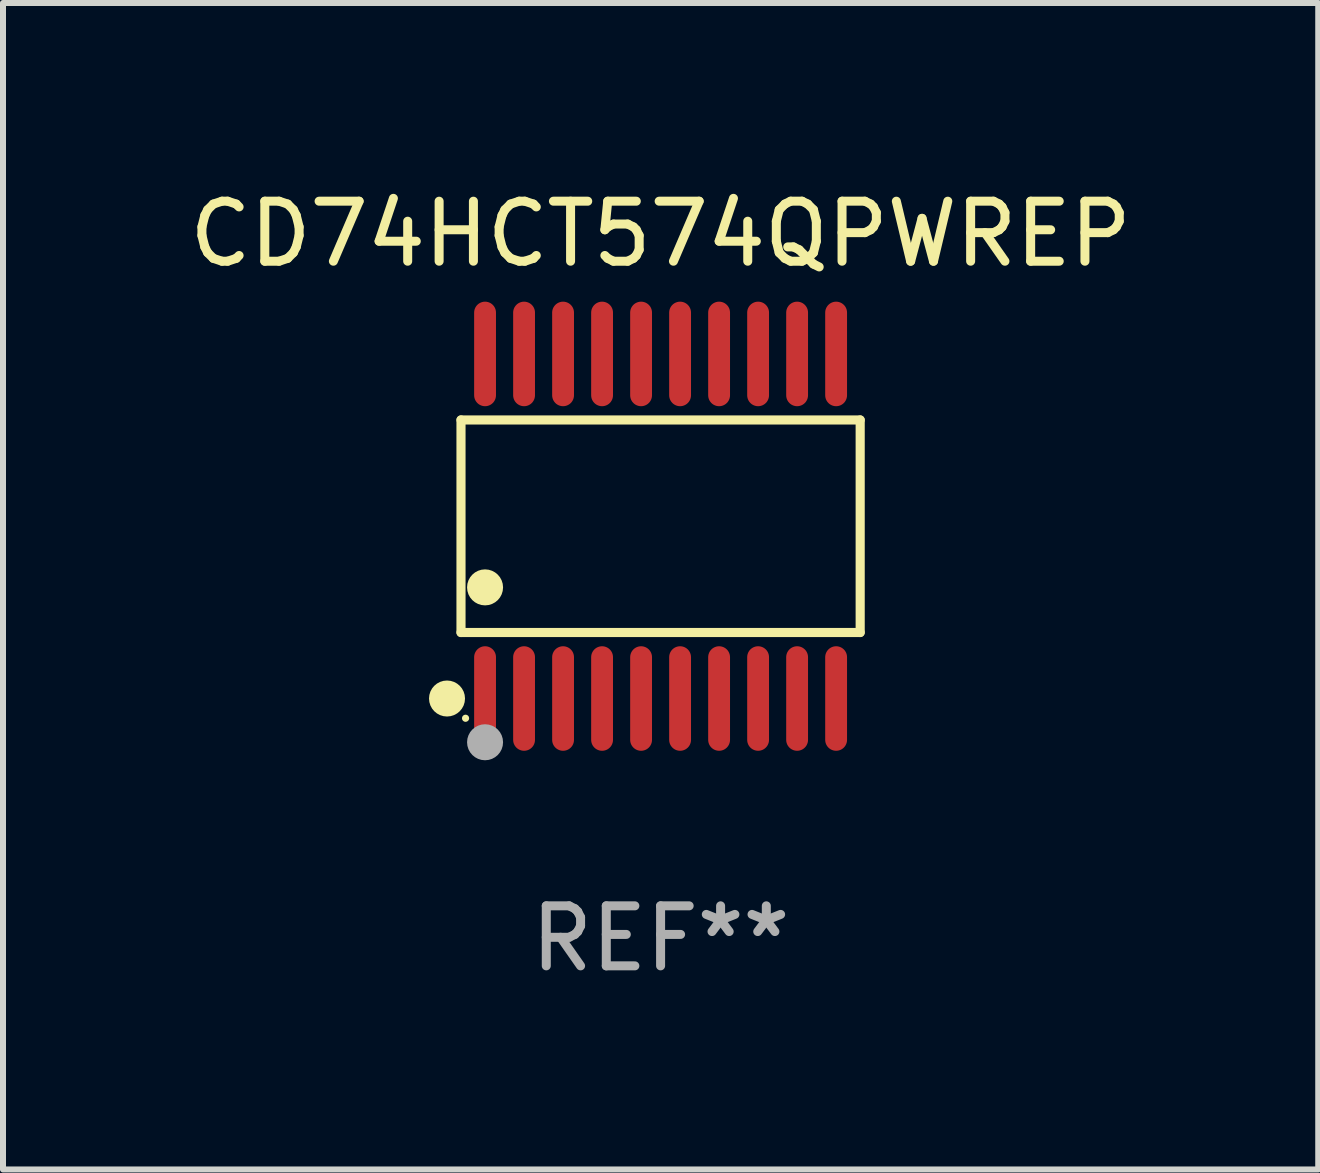
<source format=kicad_pcb>
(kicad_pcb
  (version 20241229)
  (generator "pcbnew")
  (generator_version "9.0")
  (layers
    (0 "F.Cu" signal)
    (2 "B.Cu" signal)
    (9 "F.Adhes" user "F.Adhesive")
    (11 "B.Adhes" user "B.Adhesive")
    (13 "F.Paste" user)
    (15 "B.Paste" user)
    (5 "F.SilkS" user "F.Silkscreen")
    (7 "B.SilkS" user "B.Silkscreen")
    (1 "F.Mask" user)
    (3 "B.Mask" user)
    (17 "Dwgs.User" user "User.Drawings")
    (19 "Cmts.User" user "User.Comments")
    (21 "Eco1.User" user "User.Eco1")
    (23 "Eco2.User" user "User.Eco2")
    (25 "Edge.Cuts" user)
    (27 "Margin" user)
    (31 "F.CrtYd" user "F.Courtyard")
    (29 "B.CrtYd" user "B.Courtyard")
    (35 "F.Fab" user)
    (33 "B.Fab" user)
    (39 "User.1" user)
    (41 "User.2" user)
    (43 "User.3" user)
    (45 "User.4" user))
  (footprint "CD74HCT574QPWREP"
    (layer "F.Cu")
    (at 7.958 5.719)
    (property "Reference" "CD74HCT574QPWREP" (at 0 -4.871 0) (layer "F.SilkS") (effects (font (size 1 1) (thickness 0.15))))
    (attr through_hole)
    (fp_line (start -3.326 -1.771) (end 3.326 -1.771) (stroke (width 0.152) (type solid)) (layer "F.SilkS"))
    (fp_line (start -3.326 1.771) (end -3.326 -1.771) (stroke (width 0.152) (type solid)) (layer "F.SilkS"))
    (fp_line (start 3.326 -1.771) (end 3.326 1.771) (stroke (width 0.152) (type solid)) (layer "F.SilkS"))
    (fp_line (start 3.326 1.771) (end -3.326 1.771) (stroke (width 0.152) (type solid)) (layer "F.SilkS"))
    (fp_circle (center -3.559 2.871) (end -3.409 2.871) (stroke (width 0.3) (type solid)) (fill no) (layer "F.SilkS"))
    (fp_circle (center -3.25 3.2) (end -3.22 3.2) (stroke (width 0.06) (type solid)) (fill no) (layer "F.SilkS"))
    (fp_circle (center -2.925 1.019) (end -2.775 1.019) (stroke (width 0.3) (type solid)) (fill no) (layer "F.SilkS"))
    (fp_circle (center -2.925 3.6) (end -2.775 3.6) (stroke (width 0.3) (type solid)) (fill no) (layer "F.Fab"))
    (fp_text user "REF**" (at 0 6.871 0) (layer "F.Fab") (effects (font (size 1 1) (thickness 0.15))))
    (pad "1" smd oval (at -2.925 2.871) (size 0.364 1.742) (layers "F.Cu" "F.Mask" "F.Paste"))
    (pad "2" smd oval (at -2.275 2.871) (size 0.364 1.742) (layers "F.Cu" "F.Mask" "F.Paste"))
    (pad "3" smd oval (at -1.625 2.871) (size 0.364 1.742) (layers "F.Cu" "F.Mask" "F.Paste"))
    (pad "4" smd oval (at -0.975 2.871) (size 0.364 1.742) (layers "F.Cu" "F.Mask" "F.Paste"))
    (pad "5" smd oval (at -0.325 2.871) (size 0.364 1.742) (layers "F.Cu" "F.Mask" "F.Paste"))
    (pad "6" smd oval (at 0.325 2.871) (size 0.364 1.742) (layers "F.Cu" "F.Mask" "F.Paste"))
    (pad "7" smd oval (at 0.975 2.871) (size 0.364 1.742) (layers "F.Cu" "F.Mask" "F.Paste"))
    (pad "8" smd oval (at 1.625 2.871) (size 0.364 1.742) (layers "F.Cu" "F.Mask" "F.Paste"))
    (pad "9" smd oval (at 2.275 2.871) (size 0.364 1.742) (layers "F.Cu" "F.Mask" "F.Paste"))
    (pad "10" smd oval (at 2.925 2.871) (size 0.364 1.742) (layers "F.Cu" "F.Mask" "F.Paste"))
    (pad "11" smd oval (at 2.925 -2.871) (size 0.364 1.742) (layers "F.Cu" "F.Mask" "F.Paste"))
    (pad "12" smd oval (at 2.275 -2.871) (size 0.364 1.742) (layers "F.Cu" "F.Mask" "F.Paste"))
    (pad "13" smd oval (at 1.625 -2.871) (size 0.364 1.742) (layers "F.Cu" "F.Mask" "F.Paste"))
    (pad "14" smd oval (at 0.975 -2.871) (size 0.364 1.742) (layers "F.Cu" "F.Mask" "F.Paste"))
    (pad "15" smd oval (at 0.325 -2.871) (size 0.364 1.742) (layers "F.Cu" "F.Mask" "F.Paste"))
    (pad "16" smd oval (at -0.325 -2.871) (size 0.364 1.742) (layers "F.Cu" "F.Mask" "F.Paste"))
    (pad "17" smd oval (at -0.975 -2.871) (size 0.364 1.742) (layers "F.Cu" "F.Mask" "F.Paste"))
    (pad "18" smd oval (at -1.625 -2.871) (size 0.364 1.742) (layers "F.Cu" "F.Mask" "F.Paste"))
    (pad "19" smd oval (at -2.275 -2.871) (size 0.364 1.742) (layers "F.Cu" "F.Mask" "F.Paste"))
    (pad "20" smd oval (at -2.925 -2.871) (size 0.364 1.742) (layers "F.Cu" "F.Mask" "F.Paste")))
  (gr_rect
    (start -3 -3)
    (end 18.917 16.438)
    (stroke (width 0.1) (type default))
    (fill no)
    (layer "Edge.Cuts")))
</source>
